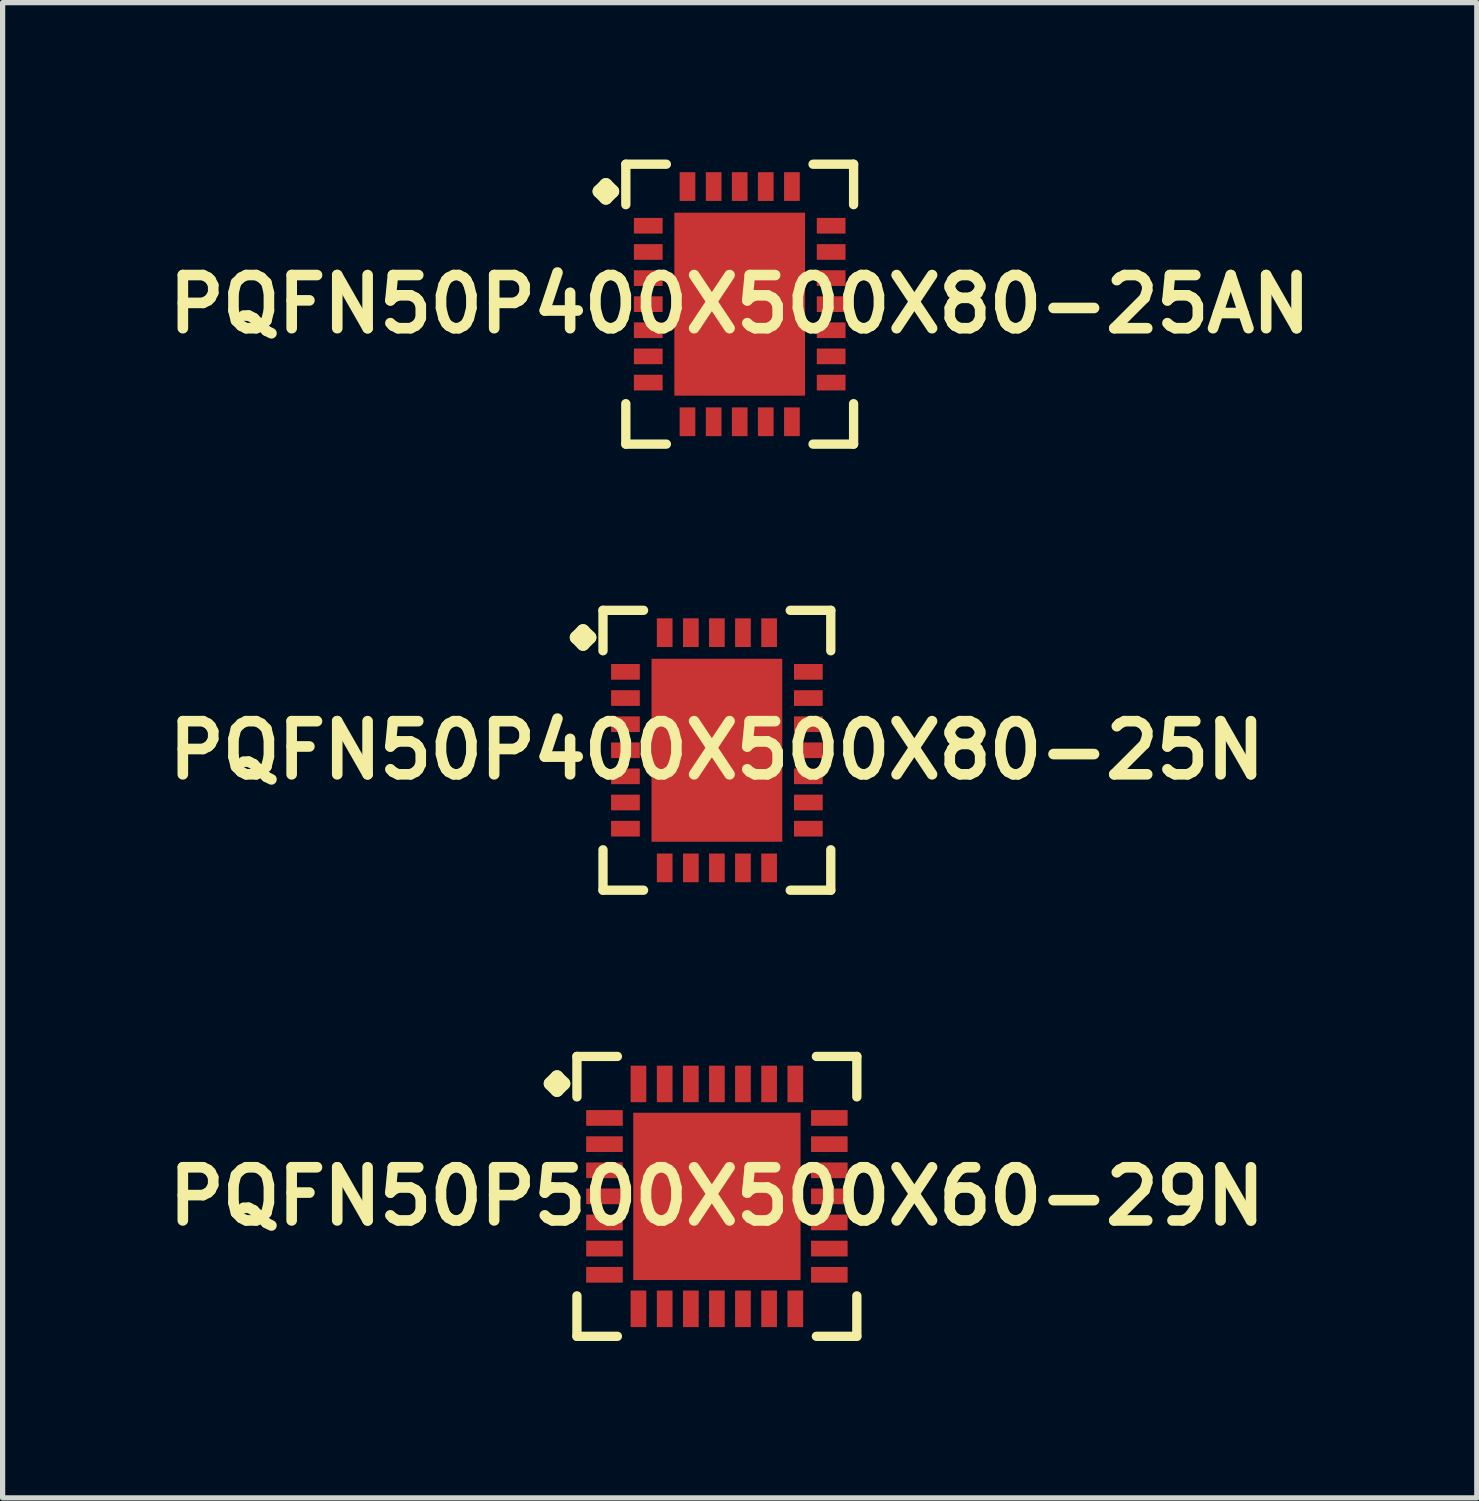
<source format=kicad_pcb>
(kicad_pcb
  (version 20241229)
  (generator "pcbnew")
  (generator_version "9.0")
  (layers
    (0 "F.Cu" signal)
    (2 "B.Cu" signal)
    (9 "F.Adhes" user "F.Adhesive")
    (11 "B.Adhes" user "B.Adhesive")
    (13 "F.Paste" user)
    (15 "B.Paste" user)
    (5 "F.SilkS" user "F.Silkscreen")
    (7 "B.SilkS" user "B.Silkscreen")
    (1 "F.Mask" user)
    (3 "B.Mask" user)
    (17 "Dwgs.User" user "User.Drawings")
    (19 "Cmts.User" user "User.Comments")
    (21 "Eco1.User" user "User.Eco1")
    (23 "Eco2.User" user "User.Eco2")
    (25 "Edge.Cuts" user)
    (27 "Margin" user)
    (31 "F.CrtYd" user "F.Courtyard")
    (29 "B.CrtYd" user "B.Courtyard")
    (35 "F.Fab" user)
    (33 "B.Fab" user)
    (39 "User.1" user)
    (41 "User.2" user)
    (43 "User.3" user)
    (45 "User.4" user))
  (footprint "PQFN50P500X500X60-29N"
    (layer "F.Cu")
    (at 10.653 19.818)
    (property "Reference" "PQFN50P500X500X60-29N" (at 0 0 0) (layer "F.SilkS") (effects (font (size 1.016 1.016) (thickness 0.203))))
    (attr smd)
    (fp_line (start -3.183 -2.156) (end -3.056 -2.283) (stroke (width 0.254) (type solid)) (layer "F.SilkS"))
    (fp_line (start -3.056 -2.283) (end -2.929 -2.156) (stroke (width 0.254) (type solid)) (layer "F.SilkS"))
    (fp_line (start -3.056 -2.029) (end -3.183 -2.156) (stroke (width 0.254) (type solid)) (layer "F.SilkS"))
    (fp_line (start -2.929 -2.156) (end -3.056 -2.029) (stroke (width 0.254) (type solid)) (layer "F.SilkS"))
    (fp_line (start -2.675 -2.675) (end -1.902 -2.675) (stroke (width 0.178) (type solid)) (layer "F.SilkS"))
    (fp_line (start -2.675 -1.902) (end -2.675 -2.675) (stroke (width 0.178) (type solid)) (layer "F.SilkS"))
    (fp_line (start -2.675 1.902) (end -2.675 2.675) (stroke (width 0.178) (type solid)) (layer "F.SilkS"))
    (fp_line (start -2.675 2.675) (end -1.902 2.675) (stroke (width 0.178) (type solid)) (layer "F.SilkS"))
    (fp_line (start 1.902 -2.675) (end 2.675 -2.675) (stroke (width 0.178) (type solid)) (layer "F.SilkS"))
    (fp_line (start 1.902 2.675) (end 2.675 2.675) (stroke (width 0.178) (type solid)) (layer "F.SilkS"))
    (fp_line (start 2.675 -2.675) (end 2.675 -1.902) (stroke (width 0.178) (type solid)) (layer "F.SilkS"))
    (fp_line (start 2.675 2.675) (end 2.675 1.902) (stroke (width 0.178) (type solid)) (layer "F.SilkS"))
    (pad "1" smd rect (at -2.149 -1.499) (size 0.699 0.3) (layers "F.Cu" "F.Mask" "F.Paste"))
    (pad "2" smd rect (at -2.149 -0.998) (size 0.699 0.3) (layers "F.Cu" "F.Mask" "F.Paste"))
    (pad "3" smd rect (at -2.149 -0.498) (size 0.699 0.3) (layers "F.Cu" "F.Mask" "F.Paste"))
    (pad "4" smd rect (at -2.149 0) (size 0.699 0.3) (layers "F.Cu" "F.Mask" "F.Paste"))
    (pad "5" smd rect (at -2.149 0.498) (size 0.699 0.3) (layers "F.Cu" "F.Mask" "F.Paste"))
    (pad "6" smd rect (at -2.149 0.998) (size 0.699 0.3) (layers "F.Cu" "F.Mask" "F.Paste"))
    (pad "7" smd rect (at -2.149 1.499) (size 0.699 0.3) (layers "F.Cu" "F.Mask" "F.Paste"))
    (pad "8" smd rect (at -1.499 2.149) (size 0.3 0.699) (layers "F.Cu" "F.Mask" "F.Paste"))
    (pad "9" smd rect (at -0.998 2.149) (size 0.3 0.699) (layers "F.Cu" "F.Mask" "F.Paste"))
    (pad "10" smd rect (at -0.498 2.149) (size 0.3 0.699) (layers "F.Cu" "F.Mask" "F.Paste"))
    (pad "11" smd rect (at 0 2.149) (size 0.3 0.699) (layers "F.Cu" "F.Mask" "F.Paste"))
    (pad "12" smd rect (at 0.498 2.149) (size 0.3 0.699) (layers "F.Cu" "F.Mask" "F.Paste"))
    (pad "13" smd rect (at 0.998 2.149) (size 0.3 0.699) (layers "F.Cu" "F.Mask" "F.Paste"))
    (pad "14" smd rect (at 1.499 2.149) (size 0.3 0.699) (layers "F.Cu" "F.Mask" "F.Paste"))
    (pad "15" smd rect (at 2.149 1.499) (size 0.699 0.3) (layers "F.Cu" "F.Mask" "F.Paste"))
    (pad "16" smd rect (at 2.149 0.998) (size 0.699 0.3) (layers "F.Cu" "F.Mask" "F.Paste"))
    (pad "17" smd rect (at 2.149 0.498) (size 0.699 0.3) (layers "F.Cu" "F.Mask" "F.Paste"))
    (pad "18" smd rect (at 2.149 0) (size 0.699 0.3) (layers "F.Cu" "F.Mask" "F.Paste"))
    (pad "19" smd rect (at 2.149 -0.498) (size 0.699 0.3) (layers "F.Cu" "F.Mask" "F.Paste"))
    (pad "20" smd rect (at 2.149 -0.998) (size 0.699 0.3) (layers "F.Cu" "F.Mask" "F.Paste"))
    (pad "21" smd rect (at 2.149 -1.499) (size 0.699 0.3) (layers "F.Cu" "F.Mask" "F.Paste"))
    (pad "22" smd rect (at 1.499 -2.149) (size 0.3 0.699) (layers "F.Cu" "F.Mask" "F.Paste"))
    (pad "23" smd rect (at 0.998 -2.149) (size 0.3 0.699) (layers "F.Cu" "F.Mask" "F.Paste"))
    (pad "24" smd rect (at 0.498 -2.149) (size 0.3 0.699) (layers "F.Cu" "F.Mask" "F.Paste"))
    (pad "25" smd rect (at 0 -2.149) (size 0.3 0.699) (layers "F.Cu" "F.Mask" "F.Paste"))
    (pad "26" smd rect (at -0.498 -2.149) (size 0.3 0.699) (layers "F.Cu" "F.Mask" "F.Paste"))
    (pad "27" smd rect (at -0.998 -2.149) (size 0.3 0.699) (layers "F.Cu" "F.Mask" "F.Paste"))
    (pad "28" smd rect (at -1.499 -2.149) (size 0.3 0.699) (layers "F.Cu" "F.Mask" "F.Paste"))
    (pad "29" smd rect (at 0 0) (size 3.198 3.198) (layers "F.Cu" "F.Mask" "F.Paste")))
  (footprint "PQFN50P400X500X80-25N"
    (layer "F.Cu")
    (at 10.653 11.291)
    (property "Reference" "PQFN50P400X500X80-25N" (at 0 0 0) (layer "F.SilkS") (effects (font (size 1.016 1.016) (thickness 0.203))))
    (attr smd)
    (fp_line (start -2.685 -2.156) (end -2.558 -2.283) (stroke (width 0.254) (type solid)) (layer "F.SilkS"))
    (fp_line (start -2.558 -2.283) (end -2.431 -2.156) (stroke (width 0.254) (type solid)) (layer "F.SilkS"))
    (fp_line (start -2.558 -2.029) (end -2.685 -2.156) (stroke (width 0.254) (type solid)) (layer "F.SilkS"))
    (fp_line (start -2.431 -2.156) (end -2.558 -2.029) (stroke (width 0.254) (type solid)) (layer "F.SilkS"))
    (fp_line (start -2.177 -2.675) (end -1.402 -2.675) (stroke (width 0.178) (type solid)) (layer "F.SilkS"))
    (fp_line (start -2.177 -1.902) (end -2.177 -2.675) (stroke (width 0.178) (type solid)) (layer "F.SilkS"))
    (fp_line (start -2.177 1.902) (end -2.177 2.675) (stroke (width 0.178) (type solid)) (layer "F.SilkS"))
    (fp_line (start -2.177 2.675) (end -1.402 2.675) (stroke (width 0.178) (type solid)) (layer "F.SilkS"))
    (fp_line (start 1.402 -2.675) (end 2.177 -2.675) (stroke (width 0.178) (type solid)) (layer "F.SilkS"))
    (fp_line (start 1.402 2.675) (end 2.177 2.675) (stroke (width 0.178) (type solid)) (layer "F.SilkS"))
    (fp_line (start 2.177 -2.675) (end 2.177 -1.902) (stroke (width 0.178) (type solid)) (layer "F.SilkS"))
    (fp_line (start 2.177 2.675) (end 2.177 1.902) (stroke (width 0.178) (type solid)) (layer "F.SilkS"))
    (pad "1" smd rect (at -1.748 -1.499) (size 0.549 0.3) (layers "F.Cu" "F.Mask" "F.Paste"))
    (pad "2" smd rect (at -1.748 -0.998) (size 0.549 0.3) (layers "F.Cu" "F.Mask" "F.Paste"))
    (pad "3" smd rect (at -1.748 -0.498) (size 0.549 0.3) (layers "F.Cu" "F.Mask" "F.Paste"))
    (pad "4" smd rect (at -1.748 0) (size 0.549 0.3) (layers "F.Cu" "F.Mask" "F.Paste"))
    (pad "5" smd rect (at -1.748 0.498) (size 0.549 0.3) (layers "F.Cu" "F.Mask" "F.Paste"))
    (pad "6" smd rect (at -1.748 0.998) (size 0.549 0.3) (layers "F.Cu" "F.Mask" "F.Paste"))
    (pad "7" smd rect (at -1.748 1.499) (size 0.549 0.3) (layers "F.Cu" "F.Mask" "F.Paste"))
    (pad "8" smd rect (at -0.998 2.248) (size 0.3 0.549) (layers "F.Cu" "F.Mask" "F.Paste"))
    (pad "9" smd rect (at -0.498 2.248) (size 0.3 0.549) (layers "F.Cu" "F.Mask" "F.Paste"))
    (pad "10" smd rect (at 0 2.248) (size 0.3 0.549) (layers "F.Cu" "F.Mask" "F.Paste"))
    (pad "11" smd rect (at 0.498 2.248) (size 0.3 0.549) (layers "F.Cu" "F.Mask" "F.Paste"))
    (pad "12" smd rect (at 0.998 2.248) (size 0.3 0.549) (layers "F.Cu" "F.Mask" "F.Paste"))
    (pad "13" smd rect (at 1.748 1.499) (size 0.549 0.3) (layers "F.Cu" "F.Mask" "F.Paste"))
    (pad "14" smd rect (at 1.748 0.998) (size 0.549 0.3) (layers "F.Cu" "F.Mask" "F.Paste"))
    (pad "15" smd rect (at 1.748 0.498) (size 0.549 0.3) (layers "F.Cu" "F.Mask" "F.Paste"))
    (pad "16" smd rect (at 1.748 0) (size 0.549 0.3) (layers "F.Cu" "F.Mask" "F.Paste"))
    (pad "17" smd rect (at 1.748 -0.498) (size 0.549 0.3) (layers "F.Cu" "F.Mask" "F.Paste"))
    (pad "18" smd rect (at 1.748 -0.998) (size 0.549 0.3) (layers "F.Cu" "F.Mask" "F.Paste"))
    (pad "19" smd rect (at 1.748 -1.499) (size 0.549 0.3) (layers "F.Cu" "F.Mask" "F.Paste"))
    (pad "20" smd rect (at 0.998 -2.248) (size 0.3 0.549) (layers "F.Cu" "F.Mask" "F.Paste"))
    (pad "21" smd rect (at 0.498 -2.248) (size 0.3 0.549) (layers "F.Cu" "F.Mask" "F.Paste"))
    (pad "22" smd rect (at 0 -2.248) (size 0.3 0.549) (layers "F.Cu" "F.Mask" "F.Paste"))
    (pad "23" smd rect (at -0.498 -2.248) (size 0.3 0.549) (layers "F.Cu" "F.Mask" "F.Paste"))
    (pad "24" smd rect (at -0.998 -2.248) (size 0.3 0.549) (layers "F.Cu" "F.Mask" "F.Paste"))
    (pad "25" smd rect (at 0 0) (size 2.499 3.498) (layers "F.Cu" "F.Mask" "F.Paste")))
  (footprint "PQFN50P400X500X80-25AN"
    (layer "F.Cu")
    (at 11.089 2.764)
    (property "Reference" "PQFN50P400X500X80-25AN" (at 0 0 0) (layer "F.SilkS") (effects (font (size 1.016 1.016) (thickness 0.203))))
    (attr smd)
    (fp_line (start -2.685 -2.156) (end -2.558 -2.283) (stroke (width 0.254) (type solid)) (layer "F.SilkS"))
    (fp_line (start -2.558 -2.283) (end -2.431 -2.156) (stroke (width 0.254) (type solid)) (layer "F.SilkS"))
    (fp_line (start -2.558 -2.029) (end -2.685 -2.156) (stroke (width 0.254) (type solid)) (layer "F.SilkS"))
    (fp_line (start -2.431 -2.156) (end -2.558 -2.029) (stroke (width 0.254) (type solid)) (layer "F.SilkS"))
    (fp_line (start -2.177 -2.675) (end -1.402 -2.675) (stroke (width 0.178) (type solid)) (layer "F.SilkS"))
    (fp_line (start -2.177 -1.902) (end -2.177 -2.675) (stroke (width 0.178) (type solid)) (layer "F.SilkS"))
    (fp_line (start -2.177 1.902) (end -2.177 2.675) (stroke (width 0.178) (type solid)) (layer "F.SilkS"))
    (fp_line (start -2.177 2.675) (end -1.402 2.675) (stroke (width 0.178) (type solid)) (layer "F.SilkS"))
    (fp_line (start 1.402 -2.675) (end 2.177 -2.675) (stroke (width 0.178) (type solid)) (layer "F.SilkS"))
    (fp_line (start 1.402 2.675) (end 2.177 2.675) (stroke (width 0.178) (type solid)) (layer "F.SilkS"))
    (fp_line (start 2.177 -2.675) (end 2.177 -1.902) (stroke (width 0.178) (type solid)) (layer "F.SilkS"))
    (fp_line (start 2.177 2.675) (end 2.177 1.902) (stroke (width 0.178) (type solid)) (layer "F.SilkS"))
    (pad "1" smd rect (at -1.748 -1.499) (size 0.549 0.3) (layers "F.Cu" "F.Mask" "F.Paste"))
    (pad "2" smd rect (at -1.748 -0.998) (size 0.549 0.3) (layers "F.Cu" "F.Mask" "F.Paste"))
    (pad "3" smd rect (at -1.748 -0.498) (size 0.549 0.3) (layers "F.Cu" "F.Mask" "F.Paste"))
    (pad "4" smd rect (at -1.748 0) (size 0.549 0.3) (layers "F.Cu" "F.Mask" "F.Paste"))
    (pad "5" smd rect (at -1.748 0.498) (size 0.549 0.3) (layers "F.Cu" "F.Mask" "F.Paste"))
    (pad "6" smd rect (at -1.748 0.998) (size 0.549 0.3) (layers "F.Cu" "F.Mask" "F.Paste"))
    (pad "7" smd rect (at -1.748 1.499) (size 0.549 0.3) (layers "F.Cu" "F.Mask" "F.Paste"))
    (pad "8" smd rect (at -0.998 2.248) (size 0.3 0.549) (layers "F.Cu" "F.Mask" "F.Paste"))
    (pad "9" smd rect (at -0.498 2.248) (size 0.3 0.549) (layers "F.Cu" "F.Mask" "F.Paste"))
    (pad "10" smd rect (at 0 2.248) (size 0.3 0.549) (layers "F.Cu" "F.Mask" "F.Paste"))
    (pad "11" smd rect (at 0.498 2.248) (size 0.3 0.549) (layers "F.Cu" "F.Mask" "F.Paste"))
    (pad "12" smd rect (at 0.998 2.248) (size 0.3 0.549) (layers "F.Cu" "F.Mask" "F.Paste"))
    (pad "13" smd rect (at 1.748 1.499) (size 0.549 0.3) (layers "F.Cu" "F.Mask" "F.Paste"))
    (pad "14" smd rect (at 1.748 0.998) (size 0.549 0.3) (layers "F.Cu" "F.Mask" "F.Paste"))
    (pad "15" smd rect (at 1.748 0.498) (size 0.549 0.3) (layers "F.Cu" "F.Mask" "F.Paste"))
    (pad "16" smd rect (at 1.748 0) (size 0.549 0.3) (layers "F.Cu" "F.Mask" "F.Paste"))
    (pad "17" smd rect (at 1.748 -0.498) (size 0.549 0.3) (layers "F.Cu" "F.Mask" "F.Paste"))
    (pad "18" smd rect (at 1.748 -0.998) (size 0.549 0.3) (layers "F.Cu" "F.Mask" "F.Paste"))
    (pad "19" smd rect (at 1.748 -1.499) (size 0.549 0.3) (layers "F.Cu" "F.Mask" "F.Paste"))
    (pad "20" smd rect (at 0.998 -2.248) (size 0.3 0.549) (layers "F.Cu" "F.Mask" "F.Paste"))
    (pad "21" smd rect (at 0.498 -2.248) (size 0.3 0.549) (layers "F.Cu" "F.Mask" "F.Paste"))
    (pad "22" smd rect (at 0 -2.248) (size 0.3 0.549) (layers "F.Cu" "F.Mask" "F.Paste"))
    (pad "23" smd rect (at -0.498 -2.248) (size 0.3 0.549) (layers "F.Cu" "F.Mask" "F.Paste"))
    (pad "24" smd rect (at -0.998 -2.248) (size 0.3 0.549) (layers "F.Cu" "F.Mask" "F.Paste"))
    (pad "25" smd rect (at 0 0) (size 2.499 3.498) (layers "F.Cu" "F.Mask" "F.Paste")))
  (gr_rect
    (start -3 -3)
    (end 25.178 25.581)
    (stroke (width 0.1) (type default))
    (fill no)
    (layer "Edge.Cuts")))
</source>
